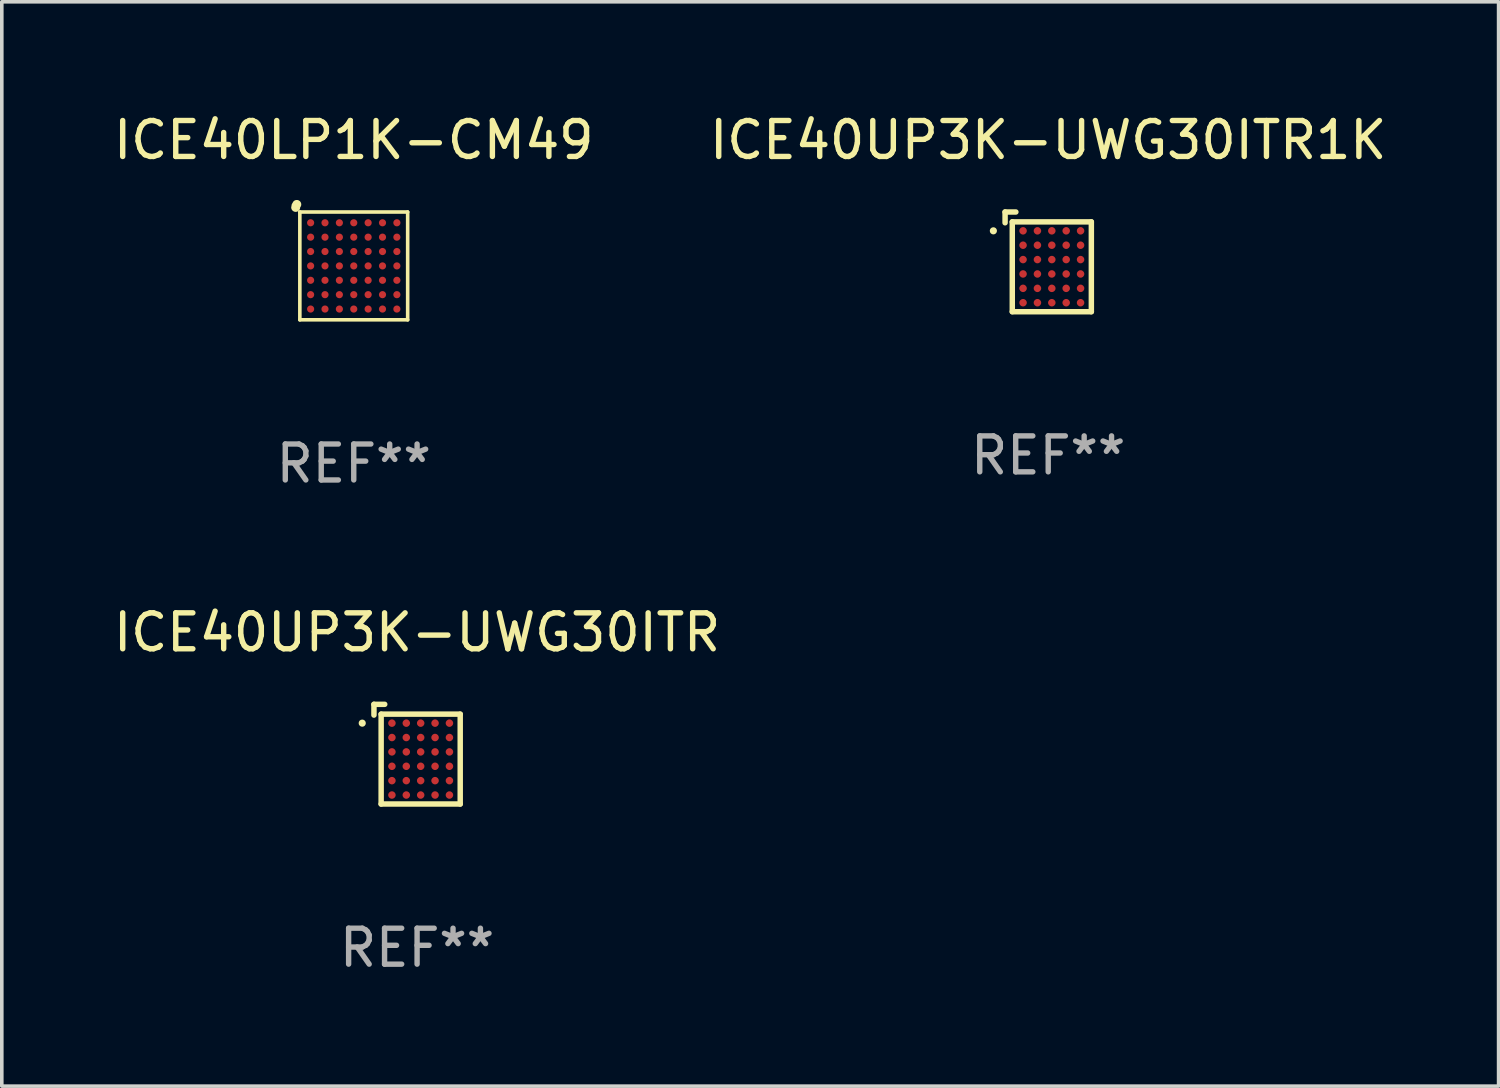
<source format=kicad_pcb>
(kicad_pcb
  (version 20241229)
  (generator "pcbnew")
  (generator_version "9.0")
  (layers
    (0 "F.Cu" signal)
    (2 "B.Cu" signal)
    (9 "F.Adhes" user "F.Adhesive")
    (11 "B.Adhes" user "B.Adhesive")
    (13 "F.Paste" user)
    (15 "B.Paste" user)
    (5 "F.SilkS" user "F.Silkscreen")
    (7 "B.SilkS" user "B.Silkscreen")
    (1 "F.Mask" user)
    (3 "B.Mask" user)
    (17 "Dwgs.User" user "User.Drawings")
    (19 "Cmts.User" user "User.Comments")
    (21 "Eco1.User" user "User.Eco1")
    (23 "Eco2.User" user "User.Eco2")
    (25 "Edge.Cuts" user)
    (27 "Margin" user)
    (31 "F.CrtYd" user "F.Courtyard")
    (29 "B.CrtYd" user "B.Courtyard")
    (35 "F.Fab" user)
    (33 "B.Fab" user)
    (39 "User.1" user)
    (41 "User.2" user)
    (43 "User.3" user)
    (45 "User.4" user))
  (footprint "ICE40UP3K-UWG30ITR1K"
    (layer "F.Cu")
    (at 26.113 4.235)
    (property "Reference" "ICE40UP3K-UWG30ITR1K" (at 0 -3.387 0) (layer "F.SilkS") (effects (font (size 1 1) (thickness 0.15))))
    (attr through_hole)
    (fp_line (start -1.2 -1.387) (end -1.2 -1.087) (stroke (width 0.152) (type solid)) (layer "F.SilkS"))
    (fp_line (start -1 -1.113) (end 1.2 -1.113) (stroke (width 0.152) (type solid)) (layer "F.SilkS"))
    (fp_line (start -1 1.387) (end -1 -1.113) (stroke (width 0.152) (type solid)) (layer "F.SilkS"))
    (fp_line (start -0.9 -1.387) (end -1.2 -1.387) (stroke (width 0.152) (type solid)) (layer "F.SilkS"))
    (fp_line (start 1.2 -1.113) (end 1.2 1.387) (stroke (width 0.152) (type solid)) (layer "F.SilkS"))
    (fp_line (start 1.2 1.387) (end -1 1.387) (stroke (width 0.152) (type solid)) (layer "F.SilkS"))
    (fp_circle (center -1.526 -0.863) (end -1.476 -0.863) (stroke (width 0.1) (type solid)) (fill no) (layer "F.SilkS"))
    (fp_text user "REF**" (at 0 5.387 0) (layer "F.Fab") (effects (font (size 1 1) (thickness 0.15))))
    (pad "A1" smd circle (at -0.7 -0.863) (size 0.208 0.208) (layers "F.Cu" "F.Mask" "F.Paste"))
    (pad "A2" smd circle (at -0.3 -0.863) (size 0.208 0.208) (layers "F.Cu" "F.Mask" "F.Paste"))
    (pad "A3" smd circle (at 0.1 -0.863) (size 0.208 0.208) (layers "F.Cu" "F.Mask" "F.Paste"))
    (pad "A4" smd circle (at 0.5 -0.863) (size 0.208 0.208) (layers "F.Cu" "F.Mask" "F.Paste"))
    (pad "A5" smd circle (at 0.9 -0.863) (size 0.208 0.208) (layers "F.Cu" "F.Mask" "F.Paste"))
    (pad "B1" smd circle (at -0.7 -0.463) (size 0.208 0.208) (layers "F.Cu" "F.Mask" "F.Paste"))
    (pad "B2" smd circle (at -0.3 -0.463) (size 0.208 0.208) (layers "F.Cu" "F.Mask" "F.Paste"))
    (pad "B3" smd circle (at 0.1 -0.463) (size 0.208 0.208) (layers "F.Cu" "F.Mask" "F.Paste"))
    (pad "B4" smd circle (at 0.5 -0.463) (size 0.208 0.208) (layers "F.Cu" "F.Mask" "F.Paste"))
    (pad "B5" smd circle (at 0.9 -0.463) (size 0.208 0.208) (layers "F.Cu" "F.Mask" "F.Paste"))
    (pad "C1" smd circle (at -0.7 -0.063) (size 0.208 0.208) (layers "F.Cu" "F.Mask" "F.Paste"))
    (pad "C2" smd circle (at -0.3 -0.063) (size 0.208 0.208) (layers "F.Cu" "F.Mask" "F.Paste"))
    (pad "C3" smd circle (at 0.1 -0.063) (size 0.208 0.208) (layers "F.Cu" "F.Mask" "F.Paste"))
    (pad "C4" smd circle (at 0.5 -0.063) (size 0.208 0.208) (layers "F.Cu" "F.Mask" "F.Paste"))
    (pad "C5" smd circle (at 0.9 -0.063) (size 0.208 0.208) (layers "F.Cu" "F.Mask" "F.Paste"))
    (pad "D1" smd circle (at -0.7 0.337) (size 0.208 0.208) (layers "F.Cu" "F.Mask" "F.Paste"))
    (pad "D2" smd circle (at -0.3 0.337) (size 0.208 0.208) (layers "F.Cu" "F.Mask" "F.Paste"))
    (pad "D3" smd circle (at 0.1 0.337) (size 0.208 0.208) (layers "F.Cu" "F.Mask" "F.Paste"))
    (pad "D4" smd circle (at 0.5 0.337) (size 0.208 0.208) (layers "F.Cu" "F.Mask" "F.Paste"))
    (pad "D5" smd circle (at 0.9 0.337) (size 0.208 0.208) (layers "F.Cu" "F.Mask" "F.Paste"))
    (pad "E1" smd circle (at -0.7 0.737) (size 0.208 0.208) (layers "F.Cu" "F.Mask" "F.Paste"))
    (pad "E2" smd circle (at -0.3 0.737) (size 0.208 0.208) (layers "F.Cu" "F.Mask" "F.Paste"))
    (pad "E3" smd circle (at 0.1 0.737) (size 0.208 0.208) (layers "F.Cu" "F.Mask" "F.Paste"))
    (pad "E4" smd circle (at 0.5 0.737) (size 0.208 0.208) (layers "F.Cu" "F.Mask" "F.Paste"))
    (pad "E5" smd circle (at 0.9 0.737) (size 0.208 0.208) (layers "F.Cu" "F.Mask" "F.Paste"))
    (pad "F1" smd circle (at -0.7 1.137) (size 0.208 0.208) (layers "F.Cu" "F.Mask" "F.Paste"))
    (pad "F2" smd circle (at -0.3 1.137) (size 0.208 0.208) (layers "F.Cu" "F.Mask" "F.Paste"))
    (pad "F3" smd circle (at 0.1 1.137) (size 0.208 0.208) (layers "F.Cu" "F.Mask" "F.Paste"))
    (pad "F4" smd circle (at 0.5 1.137) (size 0.208 0.208) (layers "F.Cu" "F.Mask" "F.Paste"))
    (pad "F5" smd circle (at 0.9 1.137) (size 0.208 0.208) (layers "F.Cu" "F.Mask" "F.Paste")))
  (footprint "ICE40LP1K-CM49"
    (layer "F.Cu")
    (at 6.792 4.348)
    (property "Reference" "ICE40LP1K-CM49" (at 0 -3.5 0) (layer "F.SilkS") (effects (font (size 1 1) (thickness 0.15))))
    (attr through_hole)
    (fp_line (start -1.5 -1.5) (end -1.5 1.5) (stroke (width 0.1) (type solid)) (layer "F.SilkS"))
    (fp_line (start -1.5 1.5) (end 1.5 1.5) (stroke (width 0.1) (type solid)) (layer "F.SilkS"))
    (fp_line (start 1.5 -1.5) (end -1.5 -1.5) (stroke (width 0.1) (type solid)) (layer "F.SilkS"))
    (fp_line (start 1.5 1.5) (end 1.5 -1.5) (stroke (width 0.1) (type solid)) (layer "F.SilkS"))
    (fp_arc (start -1.61557 -1.628016) (mid -1.607735 -1.671788) (end -1.58509 -1.710058) (stroke (width 0.249936) (type solid)) (layer "F.SilkS"))
    (fp_text user "REF**" (at 0 5.5 0) (layer "F.Fab") (effects (font (size 1 1) (thickness 0.15))))
    (pad "A1" smd circle (at -1.2 -1.2) (size 0.2 0.2) (layers "F.Cu" "F.Mask" "F.Paste"))
    (pad "A2" smd circle (at -0.8 -1.2) (size 0.2 0.2) (layers "F.Cu" "F.Mask" "F.Paste"))
    (pad "A3" smd circle (at -0.4 -1.2) (size 0.2 0.2) (layers "F.Cu" "F.Mask" "F.Paste"))
    (pad "A4" smd circle (at 0.000127 -1.2) (size 0.2 0.2) (layers "F.Cu" "F.Mask" "F.Paste"))
    (pad "A5" smd circle (at 0.4 -1.2) (size 0.2 0.2) (layers "F.Cu" "F.Mask" "F.Paste"))
    (pad "A6" smd circle (at 0.8 -1.2) (size 0.2 0.2) (layers "F.Cu" "F.Mask" "F.Paste"))
    (pad "A7" smd circle (at 1.2 -1.2) (size 0.2 0.2) (layers "F.Cu" "F.Mask" "F.Paste"))
    (pad "B1" smd circle (at -1.2 -0.8) (size 0.2 0.2) (layers "F.Cu" "F.Mask" "F.Paste"))
    (pad "B2" smd circle (at -0.8 -0.8) (size 0.2 0.2) (layers "F.Cu" "F.Mask" "F.Paste"))
    (pad "B3" smd circle (at -0.4 -0.8) (size 0.2 0.2) (layers "F.Cu" "F.Mask" "F.Paste"))
    (pad "B4" smd circle (at 0.000127 -0.8) (size 0.2 0.2) (layers "F.Cu" "F.Mask" "F.Paste"))
    (pad "B5" smd circle (at 0.4 -0.8) (size 0.2 0.2) (layers "F.Cu" "F.Mask" "F.Paste"))
    (pad "B6" smd circle (at 0.8 -0.8) (size 0.2 0.2) (layers "F.Cu" "F.Mask" "F.Paste"))
    (pad "B7" smd circle (at 1.2 -0.8) (size 0.2 0.2) (layers "F.Cu" "F.Mask" "F.Paste"))
    (pad "C1" smd circle (at -1.2 -0.4) (size 0.2 0.2) (layers "F.Cu" "F.Mask" "F.Paste"))
    (pad "C2" smd circle (at -0.8 -0.4) (size 0.2 0.2) (layers "F.Cu" "F.Mask" "F.Paste"))
    (pad "C3" smd circle (at -0.4 -0.4) (size 0.2 0.2) (layers "F.Cu" "F.Mask" "F.Paste"))
    (pad "C4" smd circle (at 0.000127 -0.4) (size 0.2 0.2) (layers "F.Cu" "F.Mask" "F.Paste"))
    (pad "C5" smd circle (at 0.4 -0.4) (size 0.2 0.2) (layers "F.Cu" "F.Mask" "F.Paste"))
    (pad "C6" smd circle (at 0.8 -0.4) (size 0.2 0.2) (layers "F.Cu" "F.Mask" "F.Paste"))
    (pad "C7" smd circle (at 1.2 -0.4) (size 0.2 0.2) (layers "F.Cu" "F.Mask" "F.Paste"))
    (pad "D1" smd circle (at -1.2 0.000127) (size 0.2 0.2) (layers "F.Cu" "F.Mask" "F.Paste"))
    (pad "D2" smd circle (at -0.8 0.000127) (size 0.2 0.2) (layers "F.Cu" "F.Mask" "F.Paste"))
    (pad "D3" smd circle (at -0.4 0.000127) (size 0.2 0.2) (layers "F.Cu" "F.Mask" "F.Paste"))
    (pad "D4" smd circle (at 0.000127 0.000127) (size 0.2 0.2) (layers "F.Cu" "F.Mask" "F.Paste"))
    (pad "D5" smd circle (at 0.4 0.000127) (size 0.2 0.2) (layers "F.Cu" "F.Mask" "F.Paste"))
    (pad "D6" smd circle (at 0.8 0.000127) (size 0.2 0.2) (layers "F.Cu" "F.Mask" "F.Paste"))
    (pad "D7" smd circle (at 1.2 0.000127) (size 0.2 0.2) (layers "F.Cu" "F.Mask" "F.Paste"))
    (pad "E1" smd circle (at -1.2 0.4) (size 0.2 0.2) (layers "F.Cu" "F.Mask" "F.Paste"))
    (pad "E2" smd circle (at -0.8 0.4) (size 0.2 0.2) (layers "F.Cu" "F.Mask" "F.Paste"))
    (pad "E3" smd circle (at -0.4 0.4) (size 0.2 0.2) (layers "F.Cu" "F.Mask" "F.Paste"))
    (pad "E4" smd circle (at 0.000127 0.4) (size 0.2 0.2) (layers "F.Cu" "F.Mask" "F.Paste"))
    (pad "E5" smd circle (at 0.4 0.4) (size 0.2 0.2) (layers "F.Cu" "F.Mask" "F.Paste"))
    (pad "E6" smd circle (at 0.8 0.4) (size 0.2 0.2) (layers "F.Cu" "F.Mask" "F.Paste"))
    (pad "E7" smd circle (at 1.2 0.4) (size 0.2 0.2) (layers "F.Cu" "F.Mask" "F.Paste"))
    (pad "F1" smd circle (at -1.2 0.8) (size 0.2 0.2) (layers "F.Cu" "F.Mask" "F.Paste"))
    (pad "F2" smd circle (at -0.8 0.8) (size 0.2 0.2) (layers "F.Cu" "F.Mask" "F.Paste"))
    (pad "F3" smd circle (at -0.4 0.8) (size 0.2 0.2) (layers "F.Cu" "F.Mask" "F.Paste"))
    (pad "F4" smd circle (at 0.000127 0.8) (size 0.2 0.2) (layers "F.Cu" "F.Mask" "F.Paste"))
    (pad "F5" smd circle (at 0.4 0.8) (size 0.2 0.2) (layers "F.Cu" "F.Mask" "F.Paste"))
    (pad "F6" smd circle (at 0.8 0.8) (size 0.2 0.2) (layers "F.Cu" "F.Mask" "F.Paste"))
    (pad "F7" smd circle (at 1.2 0.8) (size 0.2 0.2) (layers "F.Cu" "F.Mask" "F.Paste"))
    (pad "G1" smd circle (at -1.2 1.2) (size 0.2 0.2) (layers "F.Cu" "F.Mask" "F.Paste"))
    (pad "G2" smd circle (at -0.8 1.2) (size 0.2 0.2) (layers "F.Cu" "F.Mask" "F.Paste"))
    (pad "G3" smd circle (at -0.4 1.2) (size 0.2 0.2) (layers "F.Cu" "F.Mask" "F.Paste"))
    (pad "G4" smd circle (at 0.000127 1.2) (size 0.2 0.2) (layers "F.Cu" "F.Mask" "F.Paste"))
    (pad "G5" smd circle (at 0.4 1.2) (size 0.2 0.2) (layers "F.Cu" "F.Mask" "F.Paste"))
    (pad "G6" smd circle (at 0.8 1.2) (size 0.2 0.2) (layers "F.Cu" "F.Mask" "F.Paste"))
    (pad "G7" smd circle (at 1.2 1.2) (size 0.2 0.2) (layers "F.Cu" "F.Mask" "F.Paste")))
  (footprint "ICE40UP3K-UWG30ITR"
    (layer "F.Cu")
    (at 8.554 17.932)
    (property "Reference" "ICE40UP3K-UWG30ITR" (at 0 -3.387 0) (layer "F.SilkS") (effects (font (size 1 1) (thickness 0.15))))
    (attr through_hole)
    (fp_line (start -1.2 -1.387) (end -1.2 -1.087) (stroke (width 0.152) (type solid)) (layer "F.SilkS"))
    (fp_line (start -1 -1.113) (end 1.2 -1.113) (stroke (width 0.152) (type solid)) (layer "F.SilkS"))
    (fp_line (start -1 1.387) (end -1 -1.113) (stroke (width 0.152) (type solid)) (layer "F.SilkS"))
    (fp_line (start -0.9 -1.387) (end -1.2 -1.387) (stroke (width 0.152) (type solid)) (layer "F.SilkS"))
    (fp_line (start 1.2 -1.113) (end 1.2 1.387) (stroke (width 0.152) (type solid)) (layer "F.SilkS"))
    (fp_line (start 1.2 1.387) (end -1 1.387) (stroke (width 0.152) (type solid)) (layer "F.SilkS"))
    (fp_circle (center -1.526 -0.863) (end -1.476 -0.863) (stroke (width 0.1) (type solid)) (fill no) (layer "F.SilkS"))
    (fp_text user "REF**" (at 0 5.387 0) (layer "F.Fab") (effects (font (size 1 1) (thickness 0.15))))
    (pad "A1" smd circle (at -0.7 -0.863) (size 0.208 0.208) (layers "F.Cu" "F.Mask" "F.Paste"))
    (pad "A2" smd circle (at -0.3 -0.863) (size 0.208 0.208) (layers "F.Cu" "F.Mask" "F.Paste"))
    (pad "A3" smd circle (at 0.1 -0.863) (size 0.208 0.208) (layers "F.Cu" "F.Mask" "F.Paste"))
    (pad "A4" smd circle (at 0.5 -0.863) (size 0.208 0.208) (layers "F.Cu" "F.Mask" "F.Paste"))
    (pad "A5" smd circle (at 0.9 -0.863) (size 0.208 0.208) (layers "F.Cu" "F.Mask" "F.Paste"))
    (pad "B1" smd circle (at -0.7 -0.463) (size 0.208 0.208) (layers "F.Cu" "F.Mask" "F.Paste"))
    (pad "B2" smd circle (at -0.3 -0.463) (size 0.208 0.208) (layers "F.Cu" "F.Mask" "F.Paste"))
    (pad "B3" smd circle (at 0.1 -0.463) (size 0.208 0.208) (layers "F.Cu" "F.Mask" "F.Paste"))
    (pad "B4" smd circle (at 0.5 -0.463) (size 0.208 0.208) (layers "F.Cu" "F.Mask" "F.Paste"))
    (pad "B5" smd circle (at 0.9 -0.463) (size 0.208 0.208) (layers "F.Cu" "F.Mask" "F.Paste"))
    (pad "C1" smd circle (at -0.7 -0.063) (size 0.208 0.208) (layers "F.Cu" "F.Mask" "F.Paste"))
    (pad "C2" smd circle (at -0.3 -0.063) (size 0.208 0.208) (layers "F.Cu" "F.Mask" "F.Paste"))
    (pad "C3" smd circle (at 0.1 -0.063) (size 0.208 0.208) (layers "F.Cu" "F.Mask" "F.Paste"))
    (pad "C4" smd circle (at 0.5 -0.063) (size 0.208 0.208) (layers "F.Cu" "F.Mask" "F.Paste"))
    (pad "C5" smd circle (at 0.9 -0.063) (size 0.208 0.208) (layers "F.Cu" "F.Mask" "F.Paste"))
    (pad "D1" smd circle (at -0.7 0.337) (size 0.208 0.208) (layers "F.Cu" "F.Mask" "F.Paste"))
    (pad "D2" smd circle (at -0.3 0.337) (size 0.208 0.208) (layers "F.Cu" "F.Mask" "F.Paste"))
    (pad "D3" smd circle (at 0.1 0.337) (size 0.208 0.208) (layers "F.Cu" "F.Mask" "F.Paste"))
    (pad "D4" smd circle (at 0.5 0.337) (size 0.208 0.208) (layers "F.Cu" "F.Mask" "F.Paste"))
    (pad "D5" smd circle (at 0.9 0.337) (size 0.208 0.208) (layers "F.Cu" "F.Mask" "F.Paste"))
    (pad "E1" smd circle (at -0.7 0.737) (size 0.208 0.208) (layers "F.Cu" "F.Mask" "F.Paste"))
    (pad "E2" smd circle (at -0.3 0.737) (size 0.208 0.208) (layers "F.Cu" "F.Mask" "F.Paste"))
    (pad "E3" smd circle (at 0.1 0.737) (size 0.208 0.208) (layers "F.Cu" "F.Mask" "F.Paste"))
    (pad "E4" smd circle (at 0.5 0.737) (size 0.208 0.208) (layers "F.Cu" "F.Mask" "F.Paste"))
    (pad "E5" smd circle (at 0.9 0.737) (size 0.208 0.208) (layers "F.Cu" "F.Mask" "F.Paste"))
    (pad "F1" smd circle (at -0.7 1.137) (size 0.208 0.208) (layers "F.Cu" "F.Mask" "F.Paste"))
    (pad "F2" smd circle (at -0.3 1.137) (size 0.208 0.208) (layers "F.Cu" "F.Mask" "F.Paste"))
    (pad "F3" smd circle (at 0.1 1.137) (size 0.208 0.208) (layers "F.Cu" "F.Mask" "F.Paste"))
    (pad "F4" smd circle (at 0.5 1.137) (size 0.208 0.208) (layers "F.Cu" "F.Mask" "F.Paste"))
    (pad "F5" smd circle (at 0.9 1.137) (size 0.208 0.208) (layers "F.Cu" "F.Mask" "F.Paste")))
  (gr_rect
    (start -3 -3)
    (end 38.643 27.167)
    (stroke (width 0.1) (type default))
    (fill no)
    (layer "Edge.Cuts")))
</source>
